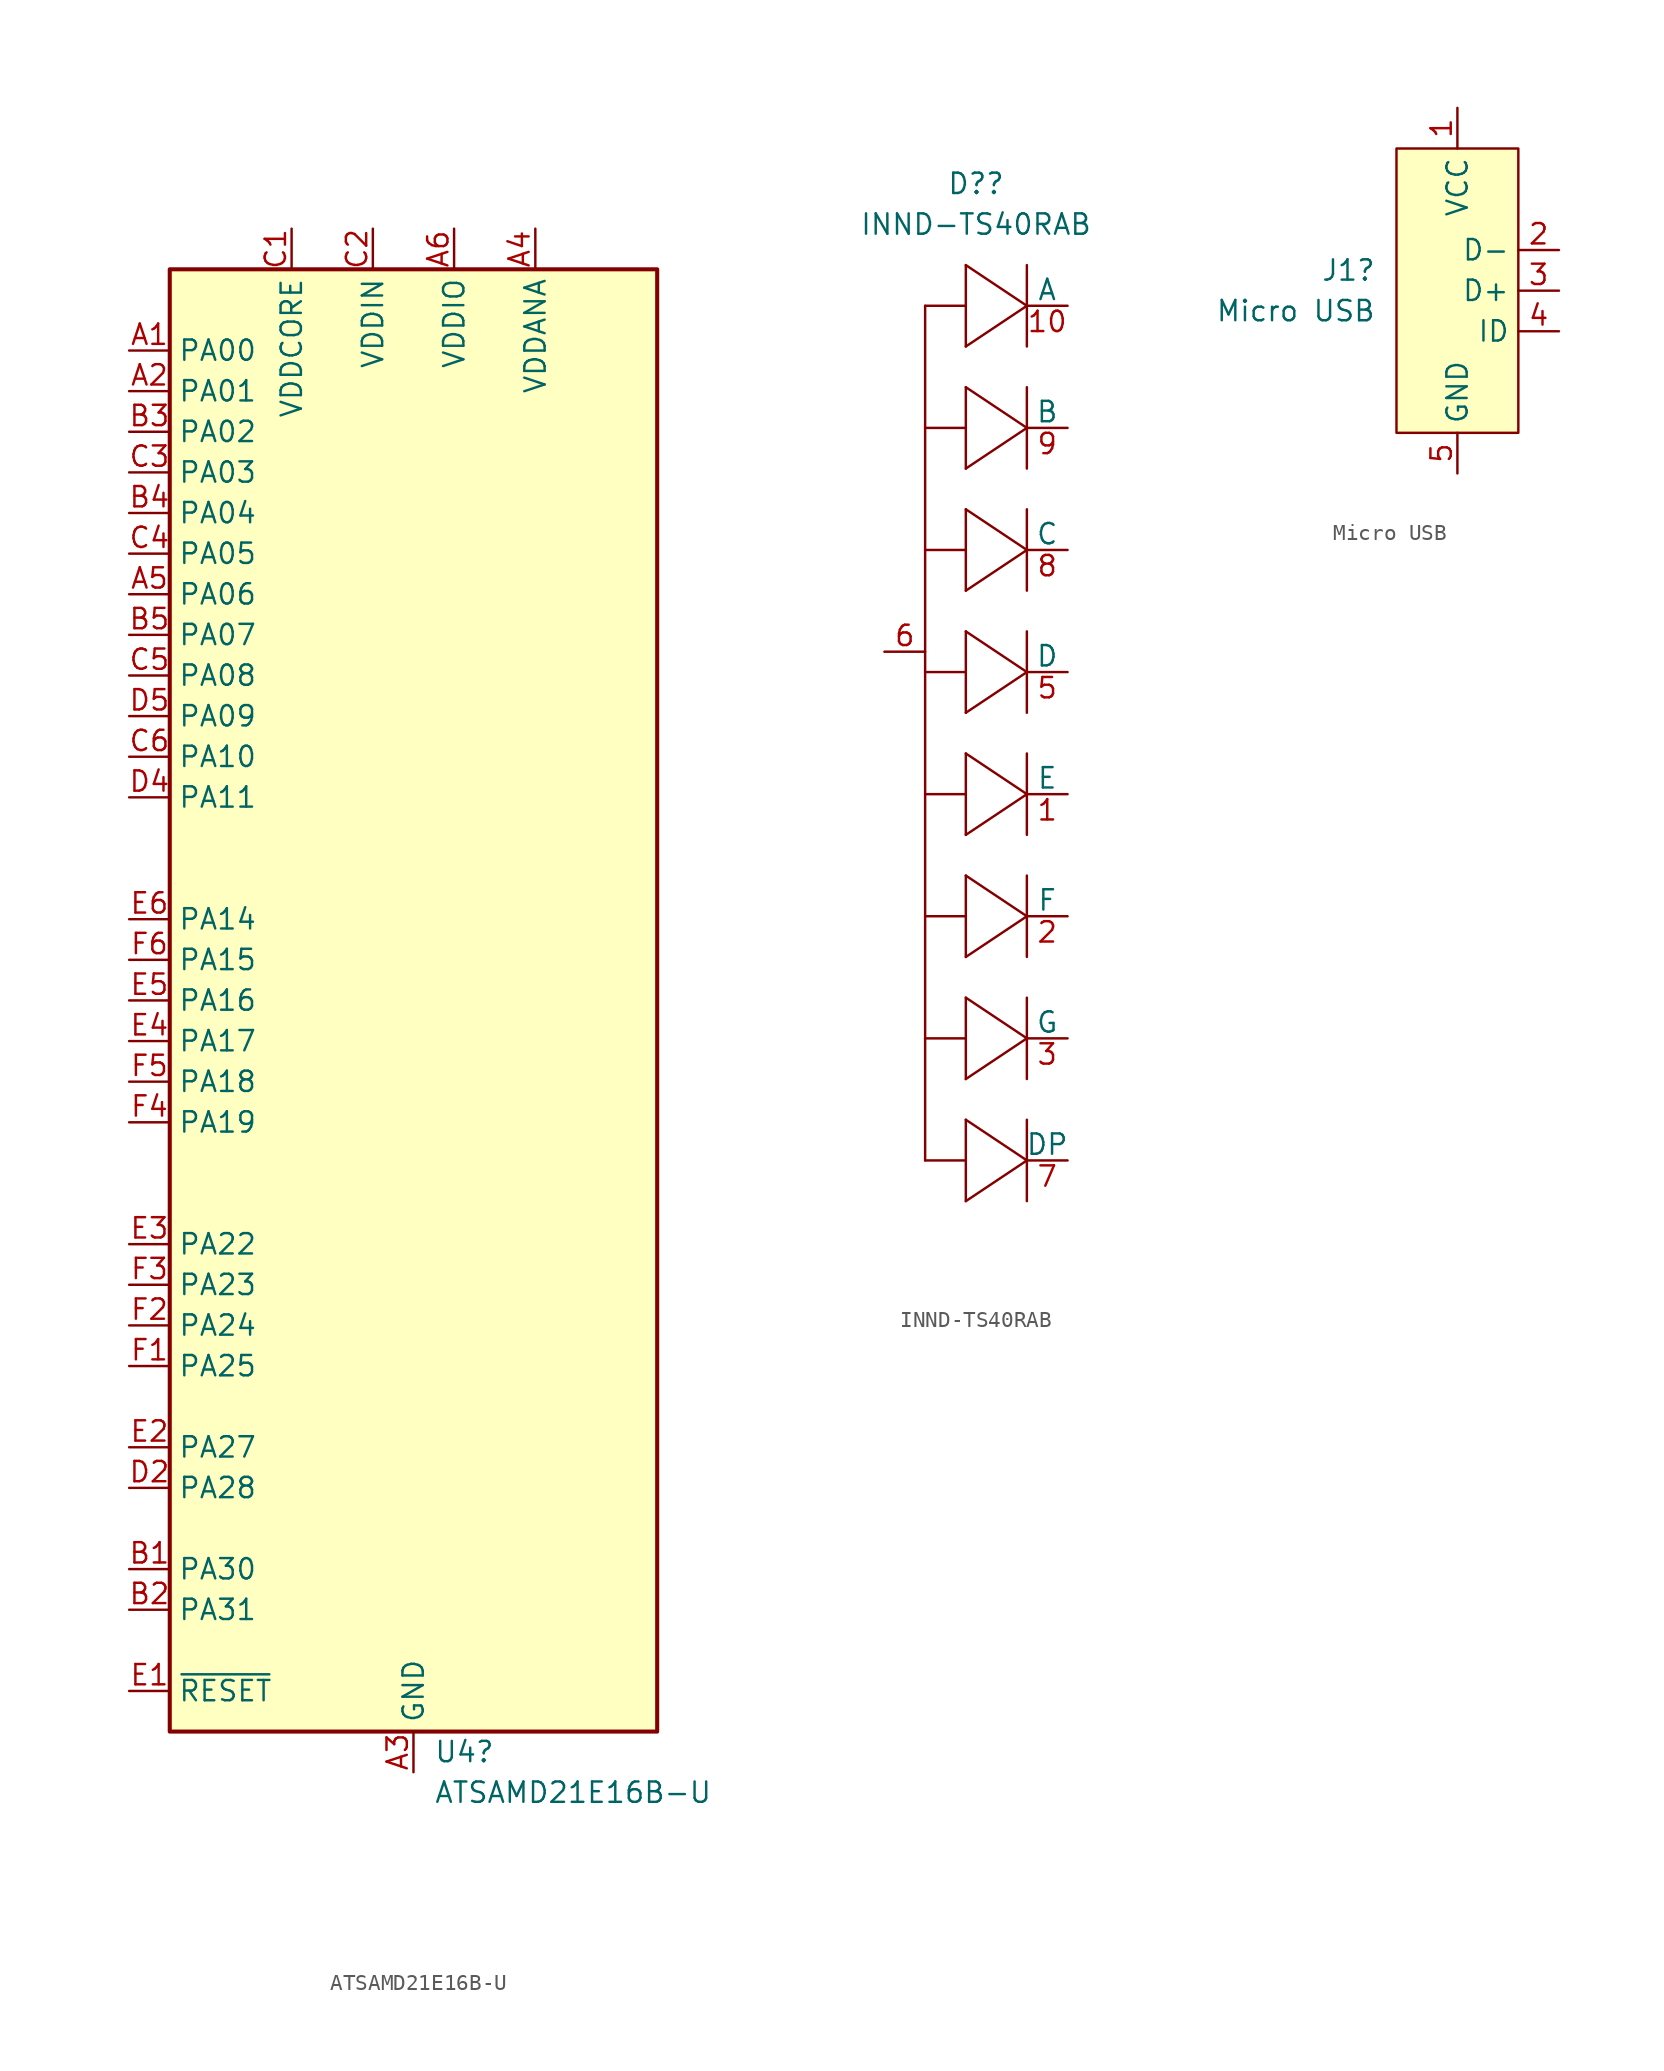
<source format=kicad_sym>
(kicad_symbol_lib
  (version 20211014)
  (generator kicad_symbol_editor)
  (symbol "ATSAMD21E16B-U"
    (property "Reference" "U4"
      (at 1.27 -46.99 0)
      (effects (font (size 1.27 1.27)) (justify left)))
    (property "Value" "ATSAMD21E16B-U"
      (at 1.27 -49.53 0)
      (effects (font (size 1.27 1.27)) (justify left)))
    (symbol "ATSAMD21E16B-U_1_1"
      (rectangle (start -15.24 45.72) (end 15.24 -45.72) (stroke (width 0.254) (type default) (color 0 0 0 0)) (fill (type background)))
      (pin bidirectional line (at -17.78 40.64 0) (length 2.54) (name "PA00" (effects (font (size 1.27 1.27)))) (number "A1" (effects (font (size 1.27 1.27)))))
      (pin bidirectional line (at -17.78 38.1 0) (length 2.54) (name "PA01" (effects (font (size 1.27 1.27)))) (number "A2" (effects (font (size 1.27 1.27)))))
      (pin power_in line (at 0 -48.26 90) (length 2.54) (name "GND" (effects (font (size 1.27 1.27)))) (number "A3" (effects (font (size 1.27 1.27)))))
      (pin power_in line (at 7.62 48.26 270) (length 2.54) (name "VDDANA" (effects (font (size 1.27 1.27)))) (number "A4" (effects (font (size 1.27 1.27)))))
      (pin bidirectional line (at -17.78 25.4 0) (length 2.54) (name "PA06" (effects (font (size 1.27 1.27)))) (number "A5" (effects (font (size 1.27 1.27)))))
      (pin power_in line (at 2.54 48.26 270) (length 2.54) (name "VDDIO" (effects (font (size 1.27 1.27)))) (number "A6" (effects (font (size 1.27 1.27)))))
      (pin bidirectional line (at -17.78 -35.56 0) (length 2.54) (name "PA30" (effects (font (size 1.27 1.27)))) (number "B1" (effects (font (size 1.27 1.27)))))
      (pin bidirectional line (at -17.78 -38.1 0) (length 2.54) (name "PA31" (effects (font (size 1.27 1.27)))) (number "B2" (effects (font (size 1.27 1.27)))))
      (pin bidirectional line (at -17.78 35.56 0) (length 2.54) (name "PA02" (effects (font (size 1.27 1.27)))) (number "B3" (effects (font (size 1.27 1.27)))))
      (pin bidirectional line (at -17.78 30.48 0) (length 2.54) (name "PA04" (effects (font (size 1.27 1.27)))) (number "B4" (effects (font (size 1.27 1.27)))))
      (pin bidirectional line (at -17.78 22.86 0) (length 2.54) (name "PA07" (effects (font (size 1.27 1.27)))) (number "B5" (effects (font (size 1.27 1.27)))))
      (pin power_out line (at -7.62 48.26 270) (length 2.54) (name "VDDCORE" (effects (font (size 1.27 1.27)))) (number "C1" (effects (font (size 1.27 1.27)))))
      (pin power_in line (at -2.54 48.26 270) (length 2.54) (name "VDDIN" (effects (font (size 1.27 1.27)))) (number "C2" (effects (font (size 1.27 1.27)))))
      (pin bidirectional line (at -17.78 33.02 0) (length 2.54) (name "PA03" (effects (font (size 1.27 1.27)))) (number "C3" (effects (font (size 1.27 1.27)))))
      (pin bidirectional line (at -17.78 27.94 0) (length 2.54) (name "PA05" (effects (font (size 1.27 1.27)))) (number "C4" (effects (font (size 1.27 1.27)))))
      (pin bidirectional line (at -17.78 20.32 0) (length 2.54) (name "PA08" (effects (font (size 1.27 1.27)))) (number "C5" (effects (font (size 1.27 1.27)))))
      (pin bidirectional line (at -17.78 15.24 0) (length 2.54) (name "PA10" (effects (font (size 1.27 1.27)))) (number "C6" (effects (font (size 1.27 1.27)))))
      (pin bidirectional line (at -17.78 -30.48 0) (length 2.54) (name "PA28" (effects (font (size 1.27 1.27)))) (number "D2" (effects (font (size 1.27 1.27)))))
      (pin bidirectional line (at -17.78 12.7 0) (length 2.54) (name "PA11" (effects (font (size 1.27 1.27)))) (number "D4" (effects (font (size 1.27 1.27)))))
      (pin bidirectional line (at -17.78 17.78 0) (length 2.54) (name "PA09" (effects (font (size 1.27 1.27)))) (number "D5" (effects (font (size 1.27 1.27)))))
      (pin input line (at -17.78 -43.18 0) (length 2.54) (name "~{RESET}" (effects (font (size 1.27 1.27)))) (number "E1" (effects (font (size 1.27 1.27)))))
      (pin bidirectional line (at -17.78 -27.94 0) (length 2.54) (name "PA27" (effects (font (size 1.27 1.27)))) (number "E2" (effects (font (size 1.27 1.27)))))
      (pin bidirectional line (at -17.78 -15.24 0) (length 2.54) (name "PA22" (effects (font (size 1.27 1.27)))) (number "E3" (effects (font (size 1.27 1.27)))))
      (pin bidirectional line (at -17.78 -2.54 0) (length 2.54) (name "PA17" (effects (font (size 1.27 1.27)))) (number "E4" (effects (font (size 1.27 1.27)))))
      (pin bidirectional line (at -17.78 0 0) (length 2.54) (name "PA16" (effects (font (size 1.27 1.27)))) (number "E5" (effects (font (size 1.27 1.27)))))
      (pin bidirectional line (at -17.78 5.08 0) (length 2.54) (name "PA14" (effects (font (size 1.27 1.27)))) (number "E6" (effects (font (size 1.27 1.27)))))
      (pin bidirectional line (at -17.78 -22.86 0) (length 2.54) (name "PA25" (effects (font (size 1.27 1.27)))) (number "F1" (effects (font (size 1.27 1.27)))))
      (pin bidirectional line (at -17.78 -20.32 0) (length 2.54) (name "PA24" (effects (font (size 1.27 1.27)))) (number "F2" (effects (font (size 1.27 1.27)))))
      (pin bidirectional line (at -17.78 -17.78 0) (length 2.54) (name "PA23" (effects (font (size 1.27 1.27)))) (number "F3" (effects (font (size 1.27 1.27)))))
      (pin bidirectional line (at -17.78 -7.62 0) (length 2.54) (name "PA19" (effects (font (size 1.27 1.27)))) (number "F4" (effects (font (size 1.27 1.27)))))
      (pin bidirectional line (at -17.78 -5.08 0) (length 2.54) (name "PA18" (effects (font (size 1.27 1.27)))) (number "F5" (effects (font (size 1.27 1.27)))))
      (pin bidirectional line (at -17.78 2.54 0) (length 2.54) (name "PA15" (effects (font (size 1.27 1.27)))) (number "F6" (effects (font (size 1.27 1.27)))))
      (pin passive line (at 0 -48.26 90) (length 2.54) hide (name "GND" (effects (font (size 1.27 1.27)))) (number "G" (effects (font (size 1.27 1.27)))))))
  (symbol "INND-TS40RAB"
    (pin_names
      (offset 0))
    (property "Reference" "D?"
      (at -4.445 1.27 0)
      (effects (font (size 1.27 1.27))))
    (property "Value" "INND-TS40RAB"
      (at -4.445 -1.27 0)
      (effects (font (size 1.27 1.27))))
    (symbol "INND-TS40RAB_0_1"
      (polyline (pts (xy -7.62 -59.69) (xy -5.08 -59.69)) (stroke (width 0) (type default) (color 0 0 0 0)) (fill (type none)))
      (polyline (pts (xy -7.62 -52.07) (xy -5.08 -52.07)) (stroke (width 0) (type default) (color 0 0 0 0)) (fill (type none)))
      (polyline (pts (xy -7.62 -44.45) (xy -5.08 -44.45)) (stroke (width 0) (type default) (color 0 0 0 0)) (fill (type none)))
      (polyline (pts (xy -7.62 -36.83) (xy -5.08 -36.83)) (stroke (width 0) (type default) (color 0 0 0 0)) (fill (type none)))
      (polyline (pts (xy -7.62 -29.21) (xy -5.08 -29.21)) (stroke (width 0) (type default) (color 0 0 0 0)) (fill (type none)))
      (polyline (pts (xy -7.62 -21.59) (xy -5.08 -21.59)) (stroke (width 0) (type default) (color 0 0 0 0)) (fill (type none)))
      (polyline (pts (xy -7.62 -13.97) (xy -5.08 -13.97)) (stroke (width 0) (type default) (color 0 0 0 0)) (fill (type none)))
      (polyline (pts (xy -7.62 -6.35) (xy -7.62 -59.69)) (stroke (width 0) (type default) (color 0 0 0 0)) (fill (type none)))
      (polyline (pts (xy -7.62 -6.35) (xy -5.08 -6.35)) (stroke (width 0) (type default) (color 0 0 0 0)) (fill (type none)))
      (polyline (pts (xy -5.08 -57.15) (xy -5.08 -62.23)) (stroke (width 0) (type default) (color 0 0 0 0)) (fill (type none)))
      (polyline (pts (xy -5.08 -49.53) (xy -5.08 -54.61)) (stroke (width 0) (type default) (color 0 0 0 0)) (fill (type none)))
      (polyline (pts (xy -5.08 -41.91) (xy -5.08 -46.99)) (stroke (width 0) (type default) (color 0 0 0 0)) (fill (type none)))
      (polyline (pts (xy -5.08 -34.29) (xy -5.08 -39.37)) (stroke (width 0) (type default) (color 0 0 0 0)) (fill (type none)))
      (polyline (pts (xy -5.08 -26.67) (xy -5.08 -31.75)) (stroke (width 0) (type default) (color 0 0 0 0)) (fill (type none)))
      (polyline (pts (xy -5.08 -19.05) (xy -5.08 -24.13)) (stroke (width 0) (type default) (color 0 0 0 0)) (fill (type none)))
      (polyline (pts (xy -5.08 -11.43) (xy -5.08 -16.51)) (stroke (width 0) (type default) (color 0 0 0 0)) (fill (type none)))
      (polyline (pts (xy -5.08 -3.81) (xy -5.08 -8.89)) (stroke (width 0) (type default) (color 0 0 0 0)) (fill (type none)))
      (polyline (pts (xy -1.27 -57.15) (xy -1.27 -62.23)) (stroke (width 0) (type default) (color 0 0 0 0)) (fill (type none)))
      (polyline (pts (xy -1.27 -49.53) (xy -1.27 -54.61)) (stroke (width 0) (type default) (color 0 0 0 0)) (fill (type none)))
      (polyline (pts (xy -1.27 -41.91) (xy -1.27 -46.99)) (stroke (width 0) (type default) (color 0 0 0 0)) (fill (type none)))
      (polyline (pts (xy -1.27 -34.29) (xy -1.27 -39.37)) (stroke (width 0) (type default) (color 0 0 0 0)) (fill (type none)))
      (polyline (pts (xy -1.27 -26.67) (xy -1.27 -31.75)) (stroke (width 0) (type default) (color 0 0 0 0)) (fill (type none)))
      (polyline (pts (xy -1.27 -19.05) (xy -1.27 -24.13)) (stroke (width 0) (type default) (color 0 0 0 0)) (fill (type none)))
      (polyline (pts (xy -1.27 -11.43) (xy -1.27 -16.51)) (stroke (width 0) (type default) (color 0 0 0 0)) (fill (type none)))
      (polyline (pts (xy -1.27 -3.81) (xy -1.27 -8.89)) (stroke (width 0) (type default) (color 0 0 0 0)) (fill (type none)))
      (polyline (pts (xy -5.08 -57.15) (xy -1.27 -59.69) (xy -5.08 -62.23)) (stroke (width 0) (type default) (color 0 0 0 0)) (fill (type none)))
      (polyline (pts (xy -5.08 -49.53) (xy -1.27 -52.07) (xy -5.08 -54.61)) (stroke (width 0) (type default) (color 0 0 0 0)) (fill (type none)))
      (polyline (pts (xy -5.08 -41.91) (xy -1.27 -44.45) (xy -5.08 -46.99)) (stroke (width 0) (type default) (color 0 0 0 0)) (fill (type none)))
      (polyline (pts (xy -5.08 -34.29) (xy -1.27 -36.83) (xy -5.08 -39.37)) (stroke (width 0) (type default) (color 0 0 0 0)) (fill (type none)))
      (polyline (pts (xy -5.08 -26.67) (xy -1.27 -29.21) (xy -5.08 -31.75)) (stroke (width 0) (type default) (color 0 0 0 0)) (fill (type none)))
      (polyline (pts (xy -5.08 -19.05) (xy -1.27 -21.59) (xy -5.08 -24.13)) (stroke (width 0) (type default) (color 0 0 0 0)) (fill (type none)))
      (polyline (pts (xy -5.08 -11.43) (xy -1.27 -13.97) (xy -5.08 -16.51)) (stroke (width 0) (type default) (color 0 0 0 0)) (fill (type none)))
      (polyline (pts (xy -5.08 -3.81) (xy -1.27 -6.35) (xy -5.08 -8.89)) (stroke (width 0) (type default) (color 0 0 0 0)) (fill (type none))))
    (symbol "INND-TS40RAB_1_1"
      (pin passive line (at 1.27 -36.83 180) (length 2.54) (name "E" (effects (font (size 1.27 1.27)))) (number "1" (effects (font (size 1.27 1.27)))))
      (pin passive line (at 1.27 -6.35 180) (length 2.54) (name "A" (effects (font (size 1.27 1.27)))) (number "10" (effects (font (size 1.27 1.27)))))
      (pin passive line (at 1.27 -44.45 180) (length 2.54) (name "F" (effects (font (size 1.27 1.27)))) (number "2" (effects (font (size 1.27 1.27)))))
      (pin passive line (at 1.27 -52.07 180) (length 2.54) (name "G" (effects (font (size 1.27 1.27)))) (number "3" (effects (font (size 1.27 1.27)))))
      (pin passive line (at 1.27 -29.21 180) (length 2.54) (name "D" (effects (font (size 1.27 1.27)))) (number "5" (effects (font (size 1.27 1.27)))))
      (pin passive line (at -10.16 -27.94 0) (length 2.54) (name "" (effects (font (size 1.27 1.27)))) (number "6" (effects (font (size 1.27 1.27)))))
      (pin passive line (at 1.27 -59.69 180) (length 2.54) (name "DP" (effects (font (size 1.27 1.27)))) (number "7" (effects (font (size 1.27 1.27)))))
      (pin passive line (at 1.27 -21.59 180) (length 2.54) (name "C" (effects (font (size 1.27 1.27)))) (number "8" (effects (font (size 1.27 1.27)))))
      (pin passive line (at 1.27 -13.97 180) (length 2.54) (name "B" (effects (font (size 1.27 1.27)))) (number "9" (effects (font (size 1.27 1.27)))))))
  (symbol "Micro USB"
    (property "Reference" "J1"
      (at -5.08 -10.16 0)
      (effects (font (size 1.27 1.27)) (justify right)))
    (property "Value" "Micro USB"
      (at -5.08 -12.7 0)
      (effects (font (size 1.27 1.27)) (justify right)))
    (symbol "Micro USB_0_1"
      (rectangle (start -3.81 -2.54) (end 3.81 -20.32) (stroke (width 0) (type default) (color 0 0 0 0)) (fill (type background))))
    (symbol "Micro USB_1_1"
      (pin power_out line (at 0 0 270) (length 2.54) (name "VCC" (effects (font (size 1.27 1.27)))) (number "1" (effects (font (size 1.27 1.27)))))
      (pin passive line (at 6.35 -8.89 180) (length 2.54) (name "D-" (effects (font (size 1.27 1.27)))) (number "2" (effects (font (size 1.27 1.27)))))
      (pin passive line (at 6.35 -11.43 180) (length 2.54) (name "D+" (effects (font (size 1.27 1.27)))) (number "3" (effects (font (size 1.27 1.27)))))
      (pin passive line (at 6.35 -13.97 180) (length 2.54) (name "ID" (effects (font (size 1.27 1.27)))) (number "4" (effects (font (size 1.27 1.27)))))
      (pin power_out line (at 0 -22.86 90) (length 2.54) (name "GND" (effects (font (size 1.27 1.27)))) (number "5" (effects (font (size 1.27 1.27))))))))
</source>
